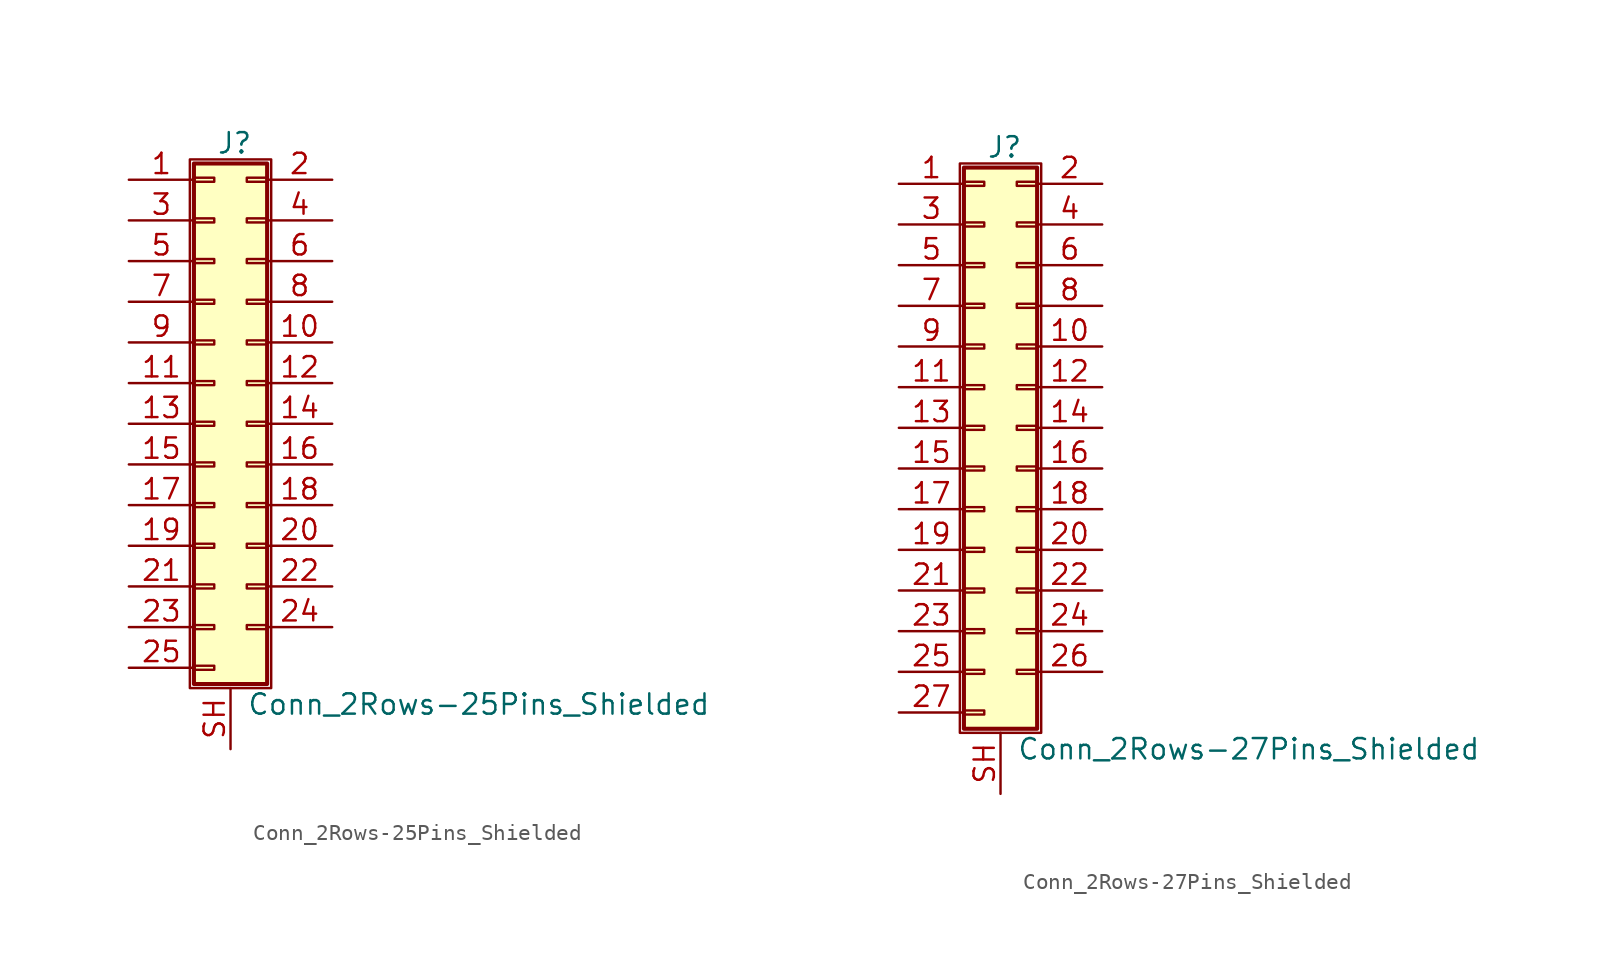
<source format=kicad_sym>
(kicad_symbol_lib
  (version 20201005)
  (generator kicad_symbol_editor)
  (symbol "Conn_2Rows-25Pins_Shielded"
    (pin_names
      (offset 1.016) hide)
    (property "Reference" "J"
      (at 1.524 17.526 0)
      (effects (font (size 1.27 1.27))))
    (property "Value" "Conn_2Rows-25Pins_Shielded"
      (at 2.286 -17.526 0)
      (effects (font (size 1.27 1.27)) (justify left)))
    (symbol "Conn_2Rows-25Pins_Shielded_1_1"
      (rectangle (start -1.27 16.51) (end 3.81 -16.51) (stroke (width 0.152)) (fill (type none)))
      (rectangle (start -1.016 -15.113) (end 0.254 -15.367) (stroke (width 0.152)) (fill (type none)))
      (rectangle (start -1.016 -12.573) (end 0.254 -12.827) (stroke (width 0.152)) (fill (type none)))
      (rectangle (start -1.016 -10.033) (end 0.254 -10.287) (stroke (width 0.152)) (fill (type none)))
      (rectangle (start -1.016 -7.493) (end 0.254 -7.747) (stroke (width 0.152)) (fill (type none)))
      (rectangle (start -1.016 -4.953) (end 0.254 -5.207) (stroke (width 0.152)) (fill (type none)))
      (rectangle (start -1.016 -2.413) (end 0.254 -2.667) (stroke (width 0.152)) (fill (type none)))
      (rectangle (start -1.016 0.127) (end 0.254 -0.127) (stroke (width 0.152)) (fill (type none)))
      (rectangle (start -1.016 2.667) (end 0.254 2.413) (stroke (width 0.152)) (fill (type none)))
      (rectangle (start -1.016 5.207) (end 0.254 4.953) (stroke (width 0.152)) (fill (type none)))
      (rectangle (start -1.016 7.747) (end 0.254 7.493) (stroke (width 0.152)) (fill (type none)))
      (rectangle (start -1.016 10.287) (end 0.254 10.033) (stroke (width 0.152)) (fill (type none)))
      (rectangle (start -1.016 12.827) (end 0.254 12.573) (stroke (width 0.152)) (fill (type none)))
      (rectangle (start -1.016 15.367) (end 0.254 15.113) (stroke (width 0.152)) (fill (type none)))
      (rectangle (start 3.556 -12.573) (end 2.286 -12.827) (stroke (width 0.152)) (fill (type none)))
      (rectangle (start 3.556 -10.033) (end 2.286 -10.287) (stroke (width 0.152)) (fill (type none)))
      (rectangle (start 3.556 -7.493) (end 2.286 -7.747) (stroke (width 0.152)) (fill (type none)))
      (rectangle (start 3.556 -4.953) (end 2.286 -5.207) (stroke (width 0.152)) (fill (type none)))
      (rectangle (start 3.556 -2.413) (end 2.286 -2.667) (stroke (width 0.152)) (fill (type none)))
      (rectangle (start 3.556 0.127) (end 2.286 -0.127) (stroke (width 0.152)) (fill (type none)))
      (rectangle (start 3.556 2.667) (end 2.286 2.413) (stroke (width 0.152)) (fill (type none)))
      (rectangle (start 3.556 5.207) (end 2.286 4.953) (stroke (width 0.152)) (fill (type none)))
      (rectangle (start 3.556 7.747) (end 2.286 7.493) (stroke (width 0.152)) (fill (type none)))
      (rectangle (start 3.556 10.287) (end 2.286 10.033) (stroke (width 0.152)) (fill (type none)))
      (rectangle (start 3.556 12.827) (end 2.286 12.573) (stroke (width 0.152)) (fill (type none)))
      (rectangle (start 3.556 15.367) (end 2.286 15.113) (stroke (width 0.152)) (fill (type none)))
      (rectangle (start -1.016 16.256) (end 3.556 -16.256) (stroke (width 0.254)) (fill (type background)))
      (pin passive line (at -5.08 15.24 0) (length 4.064) (name "Pin_1" (effects (font (size 1.27 1.27)))) (number "1" (effects (font (size 1.27 1.27)))))
      (pin passive line (at 7.62 5.08 180) (length 4.064) (name "Pin_10" (effects (font (size 1.27 1.27)))) (number "10" (effects (font (size 1.27 1.27)))))
      (pin passive line (at -5.08 2.54 0) (length 4.064) (name "Pin_11" (effects (font (size 1.27 1.27)))) (number "11" (effects (font (size 1.27 1.27)))))
      (pin passive line (at 7.62 2.54 180) (length 4.064) (name "Pin_12" (effects (font (size 1.27 1.27)))) (number "12" (effects (font (size 1.27 1.27)))))
      (pin passive line (at -5.08 0 0) (length 4.064) (name "Pin_13" (effects (font (size 1.27 1.27)))) (number "13" (effects (font (size 1.27 1.27)))))
      (pin passive line (at 7.62 0 180) (length 4.064) (name "Pin_14" (effects (font (size 1.27 1.27)))) (number "14" (effects (font (size 1.27 1.27)))))
      (pin passive line (at -5.08 -2.54 0) (length 4.064) (name "Pin_15" (effects (font (size 1.27 1.27)))) (number "15" (effects (font (size 1.27 1.27)))))
      (pin passive line (at 7.62 -2.54 180) (length 4.064) (name "Pin_16" (effects (font (size 1.27 1.27)))) (number "16" (effects (font (size 1.27 1.27)))))
      (pin passive line (at -5.08 -5.08 0) (length 4.064) (name "Pin_17" (effects (font (size 1.27 1.27)))) (number "17" (effects (font (size 1.27 1.27)))))
      (pin passive line (at 7.62 -5.08 180) (length 4.064) (name "Pin_18" (effects (font (size 1.27 1.27)))) (number "18" (effects (font (size 1.27 1.27)))))
      (pin passive line (at -5.08 -7.62 0) (length 4.064) (name "Pin_19" (effects (font (size 1.27 1.27)))) (number "19" (effects (font (size 1.27 1.27)))))
      (pin passive line (at 7.62 15.24 180) (length 4.064) (name "Pin_2" (effects (font (size 1.27 1.27)))) (number "2" (effects (font (size 1.27 1.27)))))
      (pin passive line (at 7.62 -7.62 180) (length 4.064) (name "Pin_20" (effects (font (size 1.27 1.27)))) (number "20" (effects (font (size 1.27 1.27)))))
      (pin passive line (at -5.08 -10.16 0) (length 4.064) (name "Pin_21" (effects (font (size 1.27 1.27)))) (number "21" (effects (font (size 1.27 1.27)))))
      (pin passive line (at 7.62 -10.16 180) (length 4.064) (name "Pin_22" (effects (font (size 1.27 1.27)))) (number "22" (effects (font (size 1.27 1.27)))))
      (pin passive line (at -5.08 -12.7 0) (length 4.064) (name "Pin_23" (effects (font (size 1.27 1.27)))) (number "23" (effects (font (size 1.27 1.27)))))
      (pin passive line (at 7.62 -12.7 180) (length 4.064) (name "Pin_24" (effects (font (size 1.27 1.27)))) (number "24" (effects (font (size 1.27 1.27)))))
      (pin passive line (at -5.08 -15.24 0) (length 4.064) (name "Pin_25" (effects (font (size 1.27 1.27)))) (number "25" (effects (font (size 1.27 1.27)))))
      (pin passive line (at -5.08 12.7 0) (length 4.064) (name "Pin_3" (effects (font (size 1.27 1.27)))) (number "3" (effects (font (size 1.27 1.27)))))
      (pin passive line (at 7.62 12.7 180) (length 4.064) (name "Pin_4" (effects (font (size 1.27 1.27)))) (number "4" (effects (font (size 1.27 1.27)))))
      (pin passive line (at -5.08 10.16 0) (length 4.064) (name "Pin_5" (effects (font (size 1.27 1.27)))) (number "5" (effects (font (size 1.27 1.27)))))
      (pin passive line (at 7.62 10.16 180) (length 4.064) (name "Pin_6" (effects (font (size 1.27 1.27)))) (number "6" (effects (font (size 1.27 1.27)))))
      (pin passive line (at -5.08 7.62 0) (length 4.064) (name "Pin_7" (effects (font (size 1.27 1.27)))) (number "7" (effects (font (size 1.27 1.27)))))
      (pin passive line (at 7.62 7.62 180) (length 4.064) (name "Pin_8" (effects (font (size 1.27 1.27)))) (number "8" (effects (font (size 1.27 1.27)))))
      (pin passive line (at -5.08 5.08 0) (length 4.064) (name "Pin_9" (effects (font (size 1.27 1.27)))) (number "9" (effects (font (size 1.27 1.27)))))
      (pin passive line (at 1.27 -20.32 90) (length 3.81) (name "Shield" (effects (font (size 1.27 1.27)))) (number "SH" (effects (font (size 1.27 1.27)))))))
  (symbol "Conn_2Rows-27Pins_Shielded"
    (pin_names
      (offset 1.016) hide)
    (property "Reference" "J"
      (at 1.524 17.526 0)
      (effects (font (size 1.27 1.27))))
    (property "Value" "Conn_2Rows-27Pins_Shielded"
      (at 2.286 -20.066 0)
      (effects (font (size 1.27 1.27)) (justify left)))
    (symbol "Conn_2Rows-27Pins_Shielded_1_1"
      (rectangle (start -1.27 16.51) (end 3.81 -19.05) (stroke (width 0.152)) (fill (type none)))
      (rectangle (start -1.016 -17.653) (end 0.254 -17.907) (stroke (width 0.152)) (fill (type none)))
      (rectangle (start -1.016 -15.113) (end 0.254 -15.367) (stroke (width 0.152)) (fill (type none)))
      (rectangle (start -1.016 -12.573) (end 0.254 -12.827) (stroke (width 0.152)) (fill (type none)))
      (rectangle (start -1.016 -10.033) (end 0.254 -10.287) (stroke (width 0.152)) (fill (type none)))
      (rectangle (start -1.016 -7.493) (end 0.254 -7.747) (stroke (width 0.152)) (fill (type none)))
      (rectangle (start -1.016 -4.953) (end 0.254 -5.207) (stroke (width 0.152)) (fill (type none)))
      (rectangle (start -1.016 -2.413) (end 0.254 -2.667) (stroke (width 0.152)) (fill (type none)))
      (rectangle (start -1.016 0.127) (end 0.254 -0.127) (stroke (width 0.152)) (fill (type none)))
      (rectangle (start -1.016 2.667) (end 0.254 2.413) (stroke (width 0.152)) (fill (type none)))
      (rectangle (start -1.016 5.207) (end 0.254 4.953) (stroke (width 0.152)) (fill (type none)))
      (rectangle (start -1.016 7.747) (end 0.254 7.493) (stroke (width 0.152)) (fill (type none)))
      (rectangle (start -1.016 10.287) (end 0.254 10.033) (stroke (width 0.152)) (fill (type none)))
      (rectangle (start -1.016 12.827) (end 0.254 12.573) (stroke (width 0.152)) (fill (type none)))
      (rectangle (start -1.016 15.367) (end 0.254 15.113) (stroke (width 0.152)) (fill (type none)))
      (rectangle (start 3.556 -15.113) (end 2.286 -15.367) (stroke (width 0.152)) (fill (type none)))
      (rectangle (start 3.556 -12.573) (end 2.286 -12.827) (stroke (width 0.152)) (fill (type none)))
      (rectangle (start 3.556 -10.033) (end 2.286 -10.287) (stroke (width 0.152)) (fill (type none)))
      (rectangle (start 3.556 -7.493) (end 2.286 -7.747) (stroke (width 0.152)) (fill (type none)))
      (rectangle (start 3.556 -4.953) (end 2.286 -5.207) (stroke (width 0.152)) (fill (type none)))
      (rectangle (start 3.556 -2.413) (end 2.286 -2.667) (stroke (width 0.152)) (fill (type none)))
      (rectangle (start 3.556 0.127) (end 2.286 -0.127) (stroke (width 0.152)) (fill (type none)))
      (rectangle (start 3.556 2.667) (end 2.286 2.413) (stroke (width 0.152)) (fill (type none)))
      (rectangle (start 3.556 5.207) (end 2.286 4.953) (stroke (width 0.152)) (fill (type none)))
      (rectangle (start 3.556 7.747) (end 2.286 7.493) (stroke (width 0.152)) (fill (type none)))
      (rectangle (start 3.556 10.287) (end 2.286 10.033) (stroke (width 0.152)) (fill (type none)))
      (rectangle (start 3.556 12.827) (end 2.286 12.573) (stroke (width 0.152)) (fill (type none)))
      (rectangle (start 3.556 15.367) (end 2.286 15.113) (stroke (width 0.152)) (fill (type none)))
      (rectangle (start -1.016 16.256) (end 3.556 -18.796) (stroke (width 0.254)) (fill (type background)))
      (pin passive line (at -5.08 15.24 0) (length 4.064) (name "Pin_1" (effects (font (size 1.27 1.27)))) (number "1" (effects (font (size 1.27 1.27)))))
      (pin passive line (at 7.62 5.08 180) (length 4.064) (name "Pin_10" (effects (font (size 1.27 1.27)))) (number "10" (effects (font (size 1.27 1.27)))))
      (pin passive line (at -5.08 2.54 0) (length 4.064) (name "Pin_11" (effects (font (size 1.27 1.27)))) (number "11" (effects (font (size 1.27 1.27)))))
      (pin passive line (at 7.62 2.54 180) (length 4.064) (name "Pin_12" (effects (font (size 1.27 1.27)))) (number "12" (effects (font (size 1.27 1.27)))))
      (pin passive line (at -5.08 0 0) (length 4.064) (name "Pin_13" (effects (font (size 1.27 1.27)))) (number "13" (effects (font (size 1.27 1.27)))))
      (pin passive line (at 7.62 0 180) (length 4.064) (name "Pin_14" (effects (font (size 1.27 1.27)))) (number "14" (effects (font (size 1.27 1.27)))))
      (pin passive line (at -5.08 -2.54 0) (length 4.064) (name "Pin_15" (effects (font (size 1.27 1.27)))) (number "15" (effects (font (size 1.27 1.27)))))
      (pin passive line (at 7.62 -2.54 180) (length 4.064) (name "Pin_16" (effects (font (size 1.27 1.27)))) (number "16" (effects (font (size 1.27 1.27)))))
      (pin passive line (at -5.08 -5.08 0) (length 4.064) (name "Pin_17" (effects (font (size 1.27 1.27)))) (number "17" (effects (font (size 1.27 1.27)))))
      (pin passive line (at 7.62 -5.08 180) (length 4.064) (name "Pin_18" (effects (font (size 1.27 1.27)))) (number "18" (effects (font (size 1.27 1.27)))))
      (pin passive line (at -5.08 -7.62 0) (length 4.064) (name "Pin_19" (effects (font (size 1.27 1.27)))) (number "19" (effects (font (size 1.27 1.27)))))
      (pin passive line (at 7.62 15.24 180) (length 4.064) (name "Pin_2" (effects (font (size 1.27 1.27)))) (number "2" (effects (font (size 1.27 1.27)))))
      (pin passive line (at 7.62 -7.62 180) (length 4.064) (name "Pin_20" (effects (font (size 1.27 1.27)))) (number "20" (effects (font (size 1.27 1.27)))))
      (pin passive line (at -5.08 -10.16 0) (length 4.064) (name "Pin_21" (effects (font (size 1.27 1.27)))) (number "21" (effects (font (size 1.27 1.27)))))
      (pin passive line (at 7.62 -10.16 180) (length 4.064) (name "Pin_22" (effects (font (size 1.27 1.27)))) (number "22" (effects (font (size 1.27 1.27)))))
      (pin passive line (at -5.08 -12.7 0) (length 4.064) (name "Pin_23" (effects (font (size 1.27 1.27)))) (number "23" (effects (font (size 1.27 1.27)))))
      (pin passive line (at 7.62 -12.7 180) (length 4.064) (name "Pin_24" (effects (font (size 1.27 1.27)))) (number "24" (effects (font (size 1.27 1.27)))))
      (pin passive line (at -5.08 -15.24 0) (length 4.064) (name "Pin_25" (effects (font (size 1.27 1.27)))) (number "25" (effects (font (size 1.27 1.27)))))
      (pin passive line (at 7.62 -15.24 180) (length 4.064) (name "Pin_26" (effects (font (size 1.27 1.27)))) (number "26" (effects (font (size 1.27 1.27)))))
      (pin passive line (at -5.08 -17.78 0) (length 4.064) (name "Pin_27" (effects (font (size 1.27 1.27)))) (number "27" (effects (font (size 1.27 1.27)))))
      (pin passive line (at -5.08 12.7 0) (length 4.064) (name "Pin_3" (effects (font (size 1.27 1.27)))) (number "3" (effects (font (size 1.27 1.27)))))
      (pin passive line (at 7.62 12.7 180) (length 4.064) (name "Pin_4" (effects (font (size 1.27 1.27)))) (number "4" (effects (font (size 1.27 1.27)))))
      (pin passive line (at -5.08 10.16 0) (length 4.064) (name "Pin_5" (effects (font (size 1.27 1.27)))) (number "5" (effects (font (size 1.27 1.27)))))
      (pin passive line (at 7.62 10.16 180) (length 4.064) (name "Pin_6" (effects (font (size 1.27 1.27)))) (number "6" (effects (font (size 1.27 1.27)))))
      (pin passive line (at -5.08 7.62 0) (length 4.064) (name "Pin_7" (effects (font (size 1.27 1.27)))) (number "7" (effects (font (size 1.27 1.27)))))
      (pin passive line (at 7.62 7.62 180) (length 4.064) (name "Pin_8" (effects (font (size 1.27 1.27)))) (number "8" (effects (font (size 1.27 1.27)))))
      (pin passive line (at -5.08 5.08 0) (length 4.064) (name "Pin_9" (effects (font (size 1.27 1.27)))) (number "9" (effects (font (size 1.27 1.27)))))
      (pin passive line (at 1.27 -22.86 90) (length 3.81) (name "Shield" (effects (font (size 1.27 1.27)))) (number "SH" (effects (font (size 1.27 1.27))))))))
</source>
